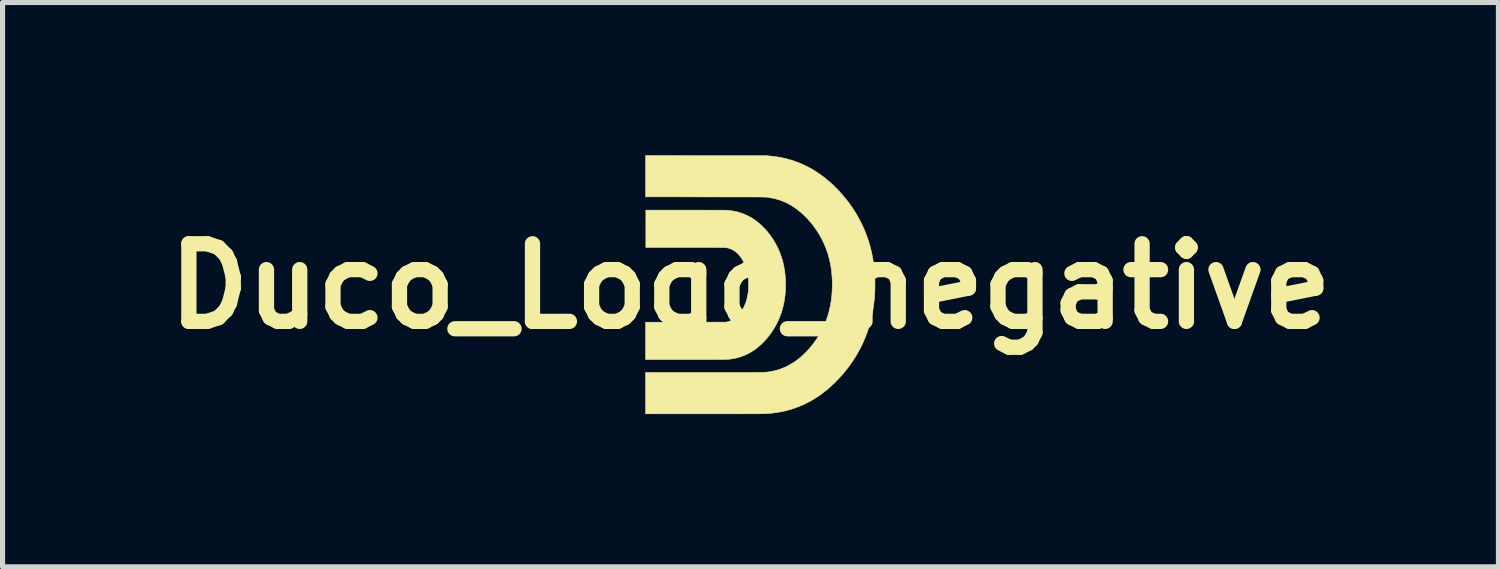
<source format=kicad_pcb>
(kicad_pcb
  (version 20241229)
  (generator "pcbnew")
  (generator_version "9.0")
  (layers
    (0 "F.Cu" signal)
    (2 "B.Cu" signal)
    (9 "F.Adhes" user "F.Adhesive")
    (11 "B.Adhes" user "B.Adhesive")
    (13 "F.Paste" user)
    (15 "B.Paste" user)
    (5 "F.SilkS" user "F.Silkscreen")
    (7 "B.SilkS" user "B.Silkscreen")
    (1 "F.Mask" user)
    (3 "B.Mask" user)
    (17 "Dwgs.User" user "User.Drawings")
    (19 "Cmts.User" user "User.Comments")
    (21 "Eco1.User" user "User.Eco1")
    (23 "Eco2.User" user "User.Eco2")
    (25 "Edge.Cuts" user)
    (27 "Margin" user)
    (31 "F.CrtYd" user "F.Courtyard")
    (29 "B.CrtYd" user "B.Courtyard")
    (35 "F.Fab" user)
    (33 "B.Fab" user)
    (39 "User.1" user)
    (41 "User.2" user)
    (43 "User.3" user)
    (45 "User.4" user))
  (footprint "Duco_Logo_negative"
    (layer "F.Cu")
    (at 11.691 2.573)
    (property "Reference" "Duco_Logo_negative" (at 0 0 0) (layer "F.SilkS") (effects (font (size 1.524 1.524) (thickness 0.3))))
    (attr through_hole)
    (fp_poly (pts (xy -1.279 -1.496) (xy -1.198 -1.496) (xy -1.12 -1.496) (xy -1.045 -1.496) (xy -0.975 -1.496) (xy -0.908 -1.495) (xy -0.846 -1.495) (xy -0.787 -1.495) (xy -0.733 -1.495) (xy -0.684 -1.495) (xy -0.639 -1.495) (xy -0.599 -1.495) (xy -0.563 -1.494) (xy -0.533 -1.494) (xy -0.508 -1.494) (xy -0.487 -1.494) (xy -0.473 -1.493) (xy -0.463 -1.493) (xy -0.461 -1.493) (xy -0.383 -1.485) (xy -0.306 -1.472) (xy -0.232 -1.454) (xy -0.16 -1.431) (xy -0.09 -1.402) (xy -0.022 -1.368) (xy 0.044 -1.33) (xy 0.108 -1.285) (xy 0.17 -1.236) (xy 0.23 -1.181) (xy 0.289 -1.121) (xy 0.333 -1.071) (xy 0.389 -0.999) (xy 0.441 -0.924) (xy 0.489 -0.846) (xy 0.531 -0.765) (xy 0.569 -0.681) (xy 0.601 -0.596) (xy 0.629 -0.508) (xy 0.635 -0.485) (xy 0.655 -0.397) (xy 0.671 -0.306) (xy 0.682 -0.214) (xy 0.689 -0.12) (xy 0.691 -0.025) (xy 0.688 0.07) (xy 0.681 0.165) (xy 0.669 0.259) (xy 0.666 0.275) (xy 0.648 0.368) (xy 0.625 0.459) (xy 0.597 0.547) (xy 0.563 0.633) (xy 0.525 0.716) (xy 0.481 0.797) (xy 0.433 0.876) (xy 0.379 0.952) (xy 0.35 0.989) (xy 0.318 1.029) (xy 0.285 1.066) (xy 0.252 1.1) (xy 0.217 1.135) (xy 0.206 1.145) (xy 0.145 1.198) (xy 0.082 1.246) (xy 0.018 1.288) (xy -0.049 1.325) (xy -0.117 1.357) (xy -0.188 1.383) (xy -0.26 1.405) (xy -0.335 1.421) (xy -0.412 1.432) (xy -0.466 1.436) (xy -0.474 1.437) (xy -0.488 1.437) (xy -0.507 1.437) (xy -0.532 1.438) (xy -0.563 1.438) (xy -0.598 1.438) (xy -0.639 1.438) (xy -0.686 1.439) (xy -0.737 1.439) (xy -0.794 1.439) (xy -0.855 1.439) (xy -0.922 1.439) (xy -0.994 1.439) (xy -1.071 1.439) (xy -1.152 1.439) (xy -1.239 1.439) (xy -1.286 1.439) (xy -2.06 1.439) (xy -2.06 0.706) (xy -1.269 0.705) (xy -0.478 0.704) (xy -0.449 0.697) (xy -0.406 0.684) (xy -0.367 0.667) (xy -0.33 0.647) (xy -0.295 0.622) (xy -0.261 0.592) (xy -0.261 0.592) (xy -0.229 0.559) (xy -0.2 0.523) (xy -0.172 0.484) (xy -0.147 0.441) (xy -0.128 0.405) (xy -0.109 0.363) (xy -0.092 0.322) (xy -0.078 0.281) (xy -0.067 0.238) (xy -0.057 0.192) (xy -0.048 0.143) (xy -0.045 0.119) (xy -0.043 0.105) (xy -0.041 0.093) (xy -0.04 0.081) (xy -0.04 0.068) (xy -0.039 0.054) (xy -0.039 0.038) (xy -0.038 0.018) (xy -0.038 -0.006) (xy -0.038 -0.031) (xy -0.038 -0.059) (xy -0.038 -0.083) (xy -0.039 -0.102) (xy -0.039 -0.118) (xy -0.04 -0.132) (xy -0.041 -0.145) (xy -0.042 -0.157) (xy -0.043 -0.169) (xy -0.045 -0.181) (xy -0.053 -0.234) (xy -0.063 -0.282) (xy -0.074 -0.328) (xy -0.088 -0.371) (xy -0.104 -0.413) (xy -0.123 -0.455) (xy -0.127 -0.464) (xy -0.155 -0.516) (xy -0.185 -0.563) (xy -0.218 -0.606) (xy -0.252 -0.643) (xy -0.289 -0.676) (xy -0.328 -0.703) (xy -0.369 -0.725) (xy -0.411 -0.742) (xy -0.455 -0.754) (xy -0.475 -0.758) (xy -0.478 -0.758) (xy -0.482 -0.758) (xy -0.488 -0.759) (xy -0.494 -0.759) (xy -0.502 -0.76) (xy -0.511 -0.76) (xy -0.522 -0.76) (xy -0.535 -0.76) (xy -0.551 -0.761) (xy -0.568 -0.761) (xy -0.588 -0.761) (xy -0.612 -0.761) (xy -0.638 -0.761) (xy -0.667 -0.761) (xy -0.699 -0.762) (xy -0.735 -0.762) (xy -0.775 -0.762) (xy -0.819 -0.762) (xy -0.867 -0.762) (xy -0.92 -0.762) (xy -0.977 -0.762) (xy -1.039 -0.762) (xy -1.105 -0.762) (xy -1.177 -0.762) (xy -1.255 -0.762) (xy -2.055 -0.762) (xy -2.055 -1.496) (xy -1.279 -1.496)) (stroke (width 0.01) (type solid)) (fill yes) (layer "F.SilkS"))
    (fp_poly (pts (xy -0.876 -2.567) (xy -0.771 -2.567) (xy -0.671 -2.567) (xy -0.577 -2.567) (xy -0.488 -2.567) (xy -0.405 -2.567) (xy -0.326 -2.567) (xy -0.253 -2.567) (xy -0.184 -2.567) (xy -0.12 -2.566) (xy -0.061 -2.566) (xy -0.006 -2.566) (xy 0.044 -2.566) (xy 0.09 -2.566) (xy 0.132 -2.566) (xy 0.17 -2.565) (xy 0.203 -2.565) (xy 0.233 -2.565) (xy 0.259 -2.565) (xy 0.282 -2.565) (xy 0.301 -2.564) (xy 0.316 -2.564) (xy 0.328 -2.564) (xy 0.337 -2.564) (xy 0.343 -2.563) (xy 0.344 -2.563) (xy 0.41 -2.556) (xy 0.471 -2.549) (xy 0.529 -2.541) (xy 0.583 -2.532) (xy 0.635 -2.521) (xy 0.686 -2.51) (xy 0.736 -2.497) (xy 0.749 -2.493) (xy 0.815 -2.474) (xy 0.878 -2.453) (xy 0.938 -2.431) (xy 0.999 -2.405) (xy 1.061 -2.377) (xy 1.112 -2.352) (xy 1.202 -2.304) (xy 1.291 -2.25) (xy 1.378 -2.19) (xy 1.464 -2.126) (xy 1.547 -2.057) (xy 1.629 -1.983) (xy 1.708 -1.904) (xy 1.785 -1.82) (xy 1.86 -1.732) (xy 1.929 -1.644) (xy 1.999 -1.546) (xy 2.064 -1.445) (xy 2.124 -1.342) (xy 2.179 -1.237) (xy 2.229 -1.129) (xy 2.274 -1.019) (xy 2.313 -0.906) (xy 2.348 -0.792) (xy 2.377 -0.674) (xy 2.401 -0.555) (xy 2.42 -0.433) (xy 2.434 -0.31) (xy 2.439 -0.25) (xy 2.442 -0.185) (xy 2.445 -0.119) (xy 2.446 -0.051) (xy 2.445 0.016) (xy 2.444 0.082) (xy 2.441 0.146) (xy 2.438 0.206) (xy 2.435 0.233) (xy 2.422 0.352) (xy 2.405 0.467) (xy 2.384 0.579) (xy 2.359 0.689) (xy 2.329 0.795) (xy 2.295 0.9) (xy 2.256 1.003) (xy 2.212 1.104) (xy 2.176 1.181) (xy 2.126 1.276) (xy 2.072 1.37) (xy 2.013 1.462) (xy 1.951 1.552) (xy 1.884 1.639) (xy 1.815 1.724) (xy 1.742 1.805) (xy 1.667 1.883) (xy 1.589 1.957) (xy 1.509 2.027) (xy 1.427 2.092) (xy 1.344 2.153) (xy 1.268 2.202) (xy 1.177 2.256) (xy 1.084 2.304) (xy 0.989 2.348) (xy 0.892 2.385) (xy 0.794 2.418) (xy 0.693 2.446) (xy 0.59 2.468) (xy 0.485 2.485) (xy 0.378 2.497) (xy 0.285 2.503) (xy 0.277 2.504) (xy 0.263 2.504) (xy 0.243 2.504) (xy 0.218 2.504) (xy 0.188 2.504) (xy 0.152 2.505) (xy 0.112 2.505) (xy 0.066 2.505) (xy 0.015 2.505) (xy -0.041 2.505) (xy -0.102 2.505) (xy -0.168 2.506) (xy -0.238 2.506) (xy -0.313 2.506) (xy -0.393 2.506) (xy -0.477 2.506) (xy -0.566 2.506) (xy -0.659 2.506) (xy -0.756 2.506) (xy -0.858 2.506) (xy -0.918 2.506) (xy -2.06 2.506) (xy -2.06 1.693) (xy -0.911 1.693) (xy -0.806 1.693) (xy -0.705 1.693) (xy -0.609 1.693) (xy -0.517 1.693) (xy -0.43 1.693) (xy -0.348 1.693) (xy -0.271 1.693) (xy -0.198 1.693) (xy -0.13 1.693) (xy -0.068 1.693) (xy -0.01 1.692) (xy 0.043 1.692) (xy 0.09 1.692) (xy 0.132 1.692) (xy 0.169 1.692) (xy 0.201 1.692) (xy 0.227 1.691) (xy 0.248 1.691) (xy 0.263 1.691) (xy 0.273 1.691) (xy 0.277 1.69) (xy 0.359 1.682) (xy 0.44 1.667) (xy 0.519 1.648) (xy 0.596 1.623) (xy 0.672 1.593) (xy 0.745 1.557) (xy 0.817 1.516) (xy 0.887 1.47) (xy 0.956 1.418) (xy 1.022 1.361) (xy 1.087 1.299) (xy 1.15 1.231) (xy 1.211 1.158) (xy 1.245 1.113) (xy 1.303 1.032) (xy 1.356 0.947) (xy 1.404 0.86) (xy 1.447 0.771) (xy 1.485 0.679) (xy 1.518 0.584) (xy 1.545 0.487) (xy 1.568 0.388) (xy 1.57 0.375) (xy 1.587 0.278) (xy 1.598 0.18) (xy 1.605 0.08) (xy 1.608 -0.021) (xy 1.606 -0.121) (xy 1.6 -0.221) (xy 1.59 -0.32) (xy 1.575 -0.417) (xy 1.555 -0.511) (xy 1.548 -0.54) (xy 1.521 -0.638) (xy 1.488 -0.733) (xy 1.45 -0.825) (xy 1.408 -0.915) (xy 1.36 -1.003) (xy 1.307 -1.088) (xy 1.25 -1.17) (xy 1.188 -1.25) (xy 1.172 -1.268) (xy 1.11 -1.337) (xy 1.046 -1.401) (xy 0.98 -1.46) (xy 0.913 -1.513) (xy 0.844 -1.561) (xy 0.773 -1.604) (xy 0.707 -1.639) (xy 0.651 -1.664) (xy 0.595 -1.686) (xy 0.537 -1.705) (xy 0.478 -1.721) (xy 0.416 -1.734) (xy 0.35 -1.745) (xy 0.325 -1.749) (xy 0.321 -1.749) (xy 0.317 -1.75) (xy 0.313 -1.75) (xy 0.308 -1.75) (xy 0.302 -1.751) (xy 0.296 -1.751) (xy 0.288 -1.751) (xy 0.278 -1.752) (xy 0.267 -1.752) (xy 0.255 -1.752) (xy 0.241 -1.752) (xy 0.224 -1.753) (xy 0.206 -1.753) (xy 0.185 -1.753) (xy 0.161 -1.753) (xy 0.135 -1.753) (xy 0.107 -1.753) (xy 0.075 -1.754) (xy 0.04 -1.754) (xy 0.001 -1.754) (xy -0.04 -1.754) (xy -0.086 -1.754) (xy -0.135 -1.754) (xy -0.188 -1.754) (xy -0.246 -1.754) (xy -0.308 -1.754) (xy -0.374 -1.754) (xy -0.445 -1.754) (xy -0.52 -1.754) (xy -0.601 -1.755) (xy -0.686 -1.755) (xy -0.777 -1.755) (xy -0.874 -1.755) (xy -0.887 -1.755) (xy -2.06 -1.756) (xy -2.06 -2.568) (xy -0.876 -2.567)) (stroke (width 0.01) (type solid)) (fill yes) (layer "F.SilkS")))
  (gr_rect
    (start -3 -3)
    (end 26.383 8.084)
    (stroke (width 0.1) (type default))
    (fill no)
    (layer "Edge.Cuts")))
</source>
